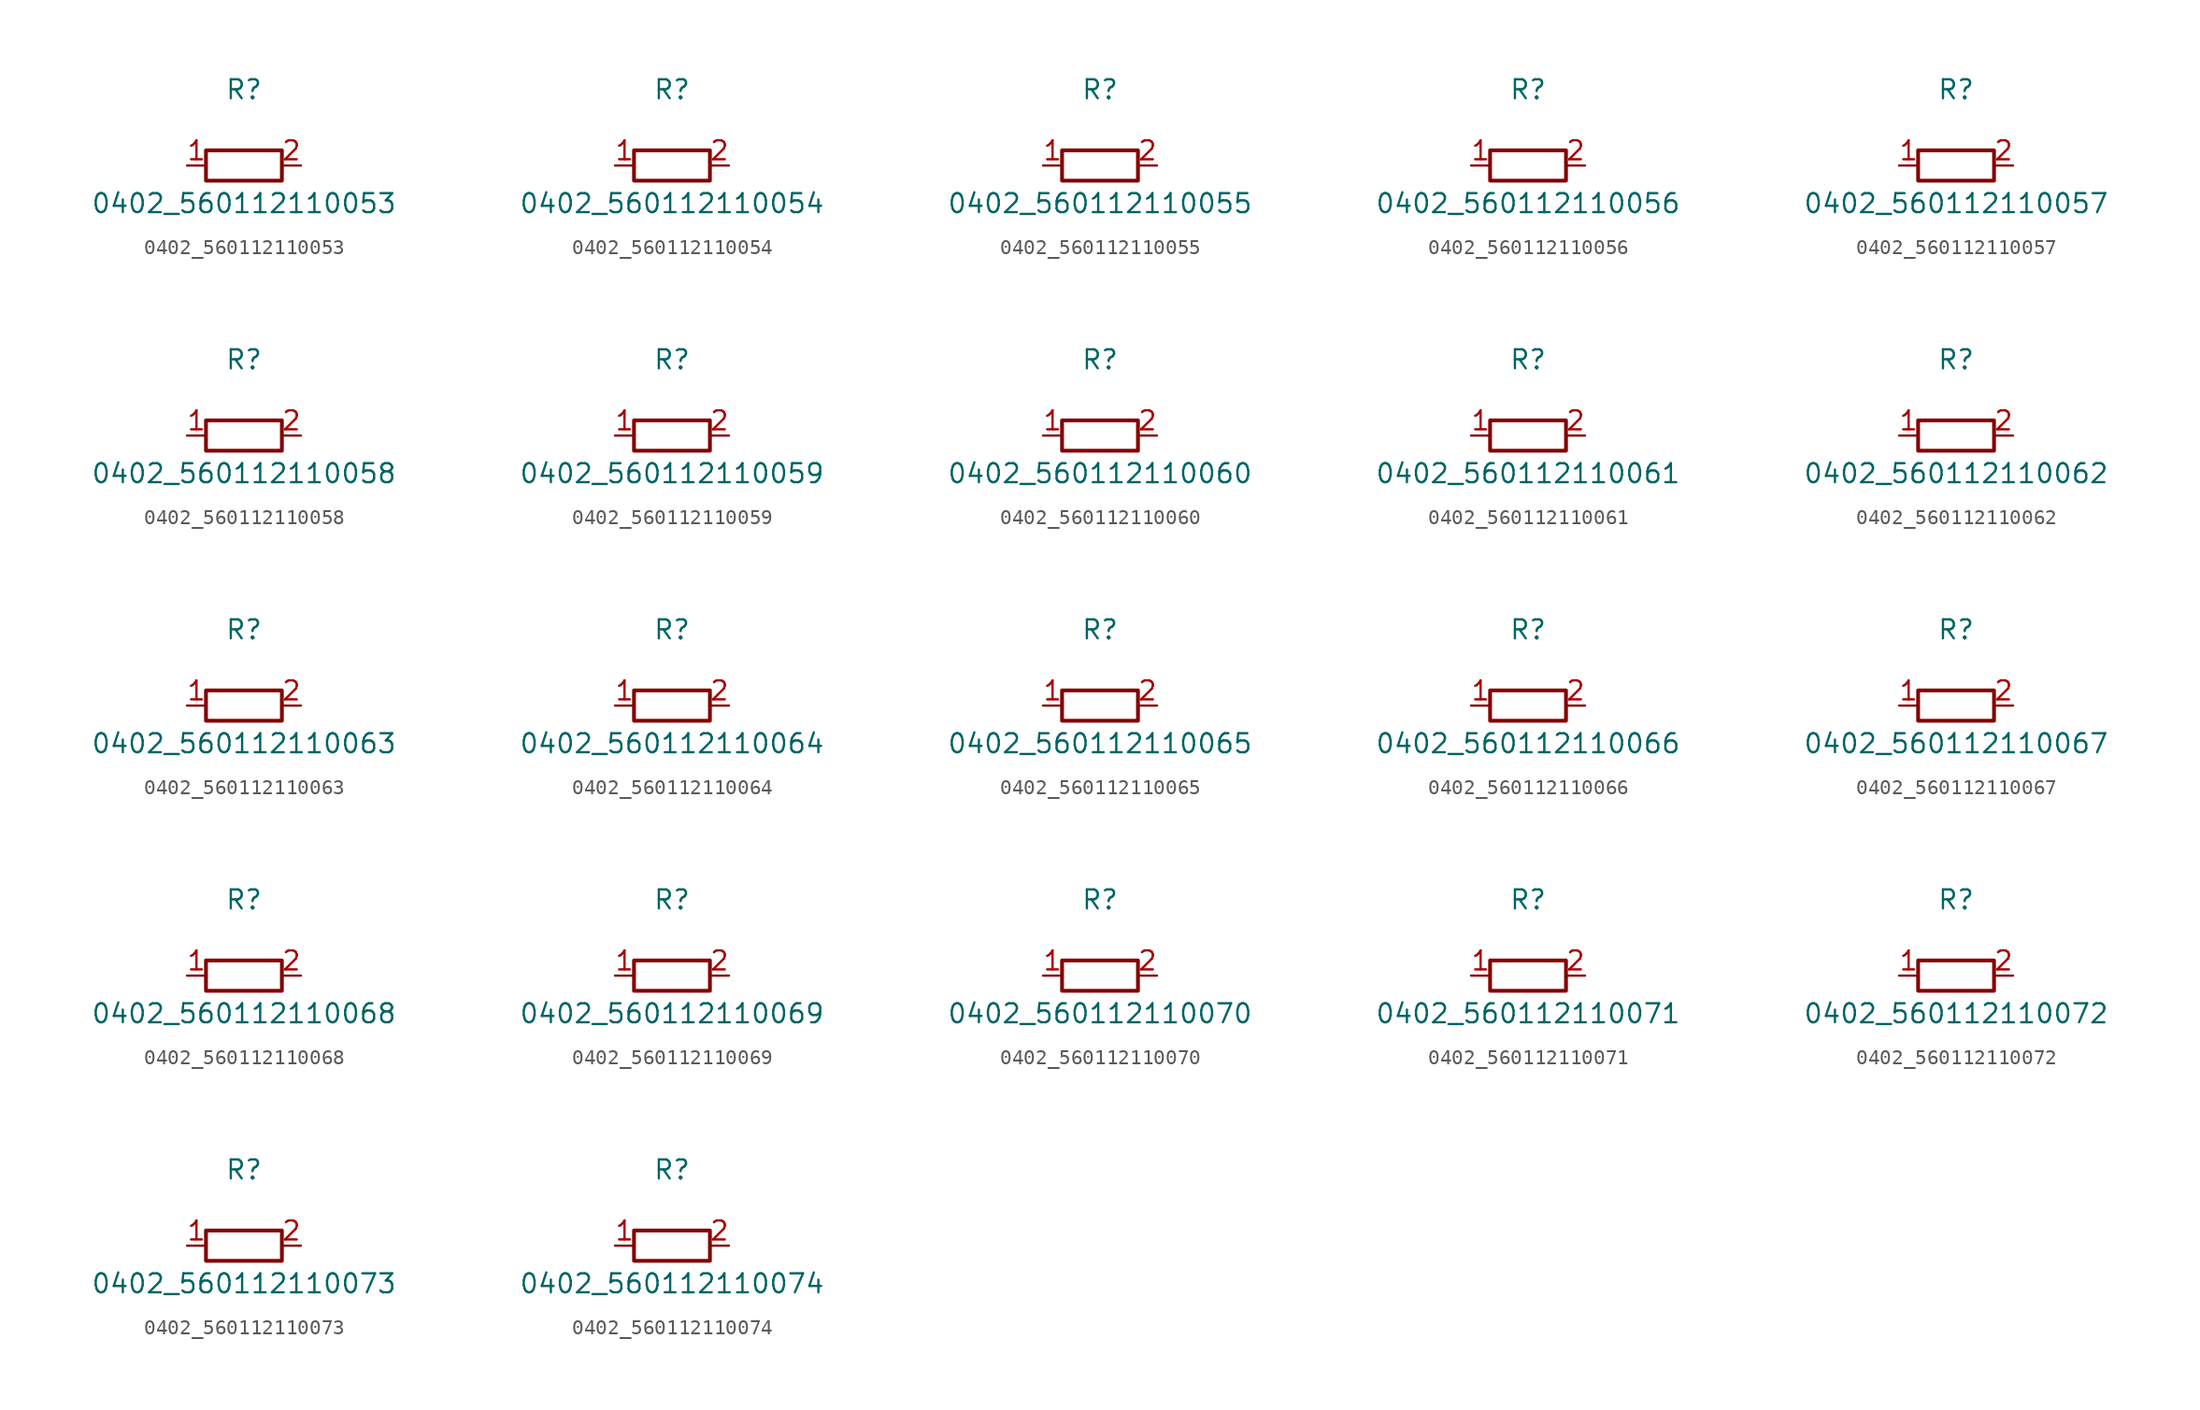
<source format=kicad_sym>
(kicad_symbol_lib
  (version 20220914)
  (generator kicad_symbol_editor)
  (symbol "0402_560112110053"
    (pin_names hide)
    (property "Reference" "R"
      (at 0 5.08 0)
      (effects (font (size 1.27 1.27))))
    (property "Value" "0402_560112110053"
      (at 0 -2.54 0)
      (effects (font (size 1.27 1.27))))
    (symbol "0402_560112110053_0_1"
      (rectangle (start -2.54 -1.016) (end 2.54 1.016) (stroke (width 0.254) (type default)) (fill (type none))))
    (symbol "0402_560112110053_1_1"
      (pin passive line (at -3.81 0 0) (length 1.27) (name "~" (effects (font (size 1.27 1.27)))) (number "1" (effects (font (size 1.27 1.27)))))
      (pin passive line (at 3.81 0 180) (length 1.27) (name "~" (effects (font (size 1.27 1.27)))) (number "2" (effects (font (size 1.27 1.27)))))))
  (symbol "0402_560112110054"
    (pin_names hide)
    (property "Reference" "R"
      (at 0 5.08 0)
      (effects (font (size 1.27 1.27))))
    (property "Value" "0402_560112110054"
      (at 0 -2.54 0)
      (effects (font (size 1.27 1.27))))
    (symbol "0402_560112110054_0_1"
      (rectangle (start -2.54 -1.016) (end 2.54 1.016) (stroke (width 0.254) (type default)) (fill (type none))))
    (symbol "0402_560112110054_1_1"
      (pin passive line (at -3.81 0 0) (length 1.27) (name "~" (effects (font (size 1.27 1.27)))) (number "1" (effects (font (size 1.27 1.27)))))
      (pin passive line (at 3.81 0 180) (length 1.27) (name "~" (effects (font (size 1.27 1.27)))) (number "2" (effects (font (size 1.27 1.27)))))))
  (symbol "0402_560112110055"
    (pin_names hide)
    (property "Reference" "R"
      (at 0 5.08 0)
      (effects (font (size 1.27 1.27))))
    (property "Value" "0402_560112110055"
      (at 0 -2.54 0)
      (effects (font (size 1.27 1.27))))
    (symbol "0402_560112110055_0_1"
      (rectangle (start -2.54 -1.016) (end 2.54 1.016) (stroke (width 0.254) (type default)) (fill (type none))))
    (symbol "0402_560112110055_1_1"
      (pin passive line (at -3.81 0 0) (length 1.27) (name "~" (effects (font (size 1.27 1.27)))) (number "1" (effects (font (size 1.27 1.27)))))
      (pin passive line (at 3.81 0 180) (length 1.27) (name "~" (effects (font (size 1.27 1.27)))) (number "2" (effects (font (size 1.27 1.27)))))))
  (symbol "0402_560112110056"
    (pin_names hide)
    (property "Reference" "R"
      (at 0 5.08 0)
      (effects (font (size 1.27 1.27))))
    (property "Value" "0402_560112110056"
      (at 0 -2.54 0)
      (effects (font (size 1.27 1.27))))
    (symbol "0402_560112110056_0_1"
      (rectangle (start -2.54 -1.016) (end 2.54 1.016) (stroke (width 0.254) (type default)) (fill (type none))))
    (symbol "0402_560112110056_1_1"
      (pin passive line (at -3.81 0 0) (length 1.27) (name "~" (effects (font (size 1.27 1.27)))) (number "1" (effects (font (size 1.27 1.27)))))
      (pin passive line (at 3.81 0 180) (length 1.27) (name "~" (effects (font (size 1.27 1.27)))) (number "2" (effects (font (size 1.27 1.27)))))))
  (symbol "0402_560112110057"
    (pin_names hide)
    (property "Reference" "R"
      (at 0 5.08 0)
      (effects (font (size 1.27 1.27))))
    (property "Value" "0402_560112110057"
      (at 0 -2.54 0)
      (effects (font (size 1.27 1.27))))
    (symbol "0402_560112110057_0_1"
      (rectangle (start -2.54 -1.016) (end 2.54 1.016) (stroke (width 0.254) (type default)) (fill (type none))))
    (symbol "0402_560112110057_1_1"
      (pin passive line (at -3.81 0 0) (length 1.27) (name "~" (effects (font (size 1.27 1.27)))) (number "1" (effects (font (size 1.27 1.27)))))
      (pin passive line (at 3.81 0 180) (length 1.27) (name "~" (effects (font (size 1.27 1.27)))) (number "2" (effects (font (size 1.27 1.27)))))))
  (symbol "0402_560112110058"
    (pin_names hide)
    (property "Reference" "R"
      (at 0 5.08 0)
      (effects (font (size 1.27 1.27))))
    (property "Value" "0402_560112110058"
      (at 0 -2.54 0)
      (effects (font (size 1.27 1.27))))
    (symbol "0402_560112110058_0_1"
      (rectangle (start -2.54 -1.016) (end 2.54 1.016) (stroke (width 0.254) (type default)) (fill (type none))))
    (symbol "0402_560112110058_1_1"
      (pin passive line (at -3.81 0 0) (length 1.27) (name "~" (effects (font (size 1.27 1.27)))) (number "1" (effects (font (size 1.27 1.27)))))
      (pin passive line (at 3.81 0 180) (length 1.27) (name "~" (effects (font (size 1.27 1.27)))) (number "2" (effects (font (size 1.27 1.27)))))))
  (symbol "0402_560112110059"
    (pin_names hide)
    (property "Reference" "R"
      (at 0 5.08 0)
      (effects (font (size 1.27 1.27))))
    (property "Value" "0402_560112110059"
      (at 0 -2.54 0)
      (effects (font (size 1.27 1.27))))
    (symbol "0402_560112110059_0_1"
      (rectangle (start -2.54 -1.016) (end 2.54 1.016) (stroke (width 0.254) (type default)) (fill (type none))))
    (symbol "0402_560112110059_1_1"
      (pin passive line (at -3.81 0 0) (length 1.27) (name "~" (effects (font (size 1.27 1.27)))) (number "1" (effects (font (size 1.27 1.27)))))
      (pin passive line (at 3.81 0 180) (length 1.27) (name "~" (effects (font (size 1.27 1.27)))) (number "2" (effects (font (size 1.27 1.27)))))))
  (symbol "0402_560112110060"
    (pin_names hide)
    (property "Reference" "R"
      (at 0 5.08 0)
      (effects (font (size 1.27 1.27))))
    (property "Value" "0402_560112110060"
      (at 0 -2.54 0)
      (effects (font (size 1.27 1.27))))
    (symbol "0402_560112110060_0_1"
      (rectangle (start -2.54 -1.016) (end 2.54 1.016) (stroke (width 0.254) (type default)) (fill (type none))))
    (symbol "0402_560112110060_1_1"
      (pin passive line (at -3.81 0 0) (length 1.27) (name "~" (effects (font (size 1.27 1.27)))) (number "1" (effects (font (size 1.27 1.27)))))
      (pin passive line (at 3.81 0 180) (length 1.27) (name "~" (effects (font (size 1.27 1.27)))) (number "2" (effects (font (size 1.27 1.27)))))))
  (symbol "0402_560112110061"
    (pin_names hide)
    (property "Reference" "R"
      (at 0 5.08 0)
      (effects (font (size 1.27 1.27))))
    (property "Value" "0402_560112110061"
      (at 0 -2.54 0)
      (effects (font (size 1.27 1.27))))
    (symbol "0402_560112110061_0_1"
      (rectangle (start -2.54 -1.016) (end 2.54 1.016) (stroke (width 0.254) (type default)) (fill (type none))))
    (symbol "0402_560112110061_1_1"
      (pin passive line (at -3.81 0 0) (length 1.27) (name "~" (effects (font (size 1.27 1.27)))) (number "1" (effects (font (size 1.27 1.27)))))
      (pin passive line (at 3.81 0 180) (length 1.27) (name "~" (effects (font (size 1.27 1.27)))) (number "2" (effects (font (size 1.27 1.27)))))))
  (symbol "0402_560112110062"
    (pin_names hide)
    (property "Reference" "R"
      (at 0 5.08 0)
      (effects (font (size 1.27 1.27))))
    (property "Value" "0402_560112110062"
      (at 0 -2.54 0)
      (effects (font (size 1.27 1.27))))
    (symbol "0402_560112110062_0_1"
      (rectangle (start -2.54 -1.016) (end 2.54 1.016) (stroke (width 0.254) (type default)) (fill (type none))))
    (symbol "0402_560112110062_1_1"
      (pin passive line (at -3.81 0 0) (length 1.27) (name "~" (effects (font (size 1.27 1.27)))) (number "1" (effects (font (size 1.27 1.27)))))
      (pin passive line (at 3.81 0 180) (length 1.27) (name "~" (effects (font (size 1.27 1.27)))) (number "2" (effects (font (size 1.27 1.27)))))))
  (symbol "0402_560112110063"
    (pin_names hide)
    (property "Reference" "R"
      (at 0 5.08 0)
      (effects (font (size 1.27 1.27))))
    (property "Value" "0402_560112110063"
      (at 0 -2.54 0)
      (effects (font (size 1.27 1.27))))
    (symbol "0402_560112110063_0_1"
      (rectangle (start -2.54 -1.016) (end 2.54 1.016) (stroke (width 0.254) (type default)) (fill (type none))))
    (symbol "0402_560112110063_1_1"
      (pin passive line (at -3.81 0 0) (length 1.27) (name "~" (effects (font (size 1.27 1.27)))) (number "1" (effects (font (size 1.27 1.27)))))
      (pin passive line (at 3.81 0 180) (length 1.27) (name "~" (effects (font (size 1.27 1.27)))) (number "2" (effects (font (size 1.27 1.27)))))))
  (symbol "0402_560112110064"
    (pin_names hide)
    (property "Reference" "R"
      (at 0 5.08 0)
      (effects (font (size 1.27 1.27))))
    (property "Value" "0402_560112110064"
      (at 0 -2.54 0)
      (effects (font (size 1.27 1.27))))
    (symbol "0402_560112110064_0_1"
      (rectangle (start -2.54 -1.016) (end 2.54 1.016) (stroke (width 0.254) (type default)) (fill (type none))))
    (symbol "0402_560112110064_1_1"
      (pin passive line (at -3.81 0 0) (length 1.27) (name "~" (effects (font (size 1.27 1.27)))) (number "1" (effects (font (size 1.27 1.27)))))
      (pin passive line (at 3.81 0 180) (length 1.27) (name "~" (effects (font (size 1.27 1.27)))) (number "2" (effects (font (size 1.27 1.27)))))))
  (symbol "0402_560112110065"
    (pin_names hide)
    (property "Reference" "R"
      (at 0 5.08 0)
      (effects (font (size 1.27 1.27))))
    (property "Value" "0402_560112110065"
      (at 0 -2.54 0)
      (effects (font (size 1.27 1.27))))
    (symbol "0402_560112110065_0_1"
      (rectangle (start -2.54 -1.016) (end 2.54 1.016) (stroke (width 0.254) (type default)) (fill (type none))))
    (symbol "0402_560112110065_1_1"
      (pin passive line (at -3.81 0 0) (length 1.27) (name "~" (effects (font (size 1.27 1.27)))) (number "1" (effects (font (size 1.27 1.27)))))
      (pin passive line (at 3.81 0 180) (length 1.27) (name "~" (effects (font (size 1.27 1.27)))) (number "2" (effects (font (size 1.27 1.27)))))))
  (symbol "0402_560112110066"
    (pin_names hide)
    (property "Reference" "R"
      (at 0 5.08 0)
      (effects (font (size 1.27 1.27))))
    (property "Value" "0402_560112110066"
      (at 0 -2.54 0)
      (effects (font (size 1.27 1.27))))
    (symbol "0402_560112110066_0_1"
      (rectangle (start -2.54 -1.016) (end 2.54 1.016) (stroke (width 0.254) (type default)) (fill (type none))))
    (symbol "0402_560112110066_1_1"
      (pin passive line (at -3.81 0 0) (length 1.27) (name "~" (effects (font (size 1.27 1.27)))) (number "1" (effects (font (size 1.27 1.27)))))
      (pin passive line (at 3.81 0 180) (length 1.27) (name "~" (effects (font (size 1.27 1.27)))) (number "2" (effects (font (size 1.27 1.27)))))))
  (symbol "0402_560112110067"
    (pin_names hide)
    (property "Reference" "R"
      (at 0 5.08 0)
      (effects (font (size 1.27 1.27))))
    (property "Value" "0402_560112110067"
      (at 0 -2.54 0)
      (effects (font (size 1.27 1.27))))
    (symbol "0402_560112110067_0_1"
      (rectangle (start -2.54 -1.016) (end 2.54 1.016) (stroke (width 0.254) (type default)) (fill (type none))))
    (symbol "0402_560112110067_1_1"
      (pin passive line (at -3.81 0 0) (length 1.27) (name "~" (effects (font (size 1.27 1.27)))) (number "1" (effects (font (size 1.27 1.27)))))
      (pin passive line (at 3.81 0 180) (length 1.27) (name "~" (effects (font (size 1.27 1.27)))) (number "2" (effects (font (size 1.27 1.27)))))))
  (symbol "0402_560112110068"
    (pin_names hide)
    (property "Reference" "R"
      (at 0 5.08 0)
      (effects (font (size 1.27 1.27))))
    (property "Value" "0402_560112110068"
      (at 0 -2.54 0)
      (effects (font (size 1.27 1.27))))
    (symbol "0402_560112110068_0_1"
      (rectangle (start -2.54 -1.016) (end 2.54 1.016) (stroke (width 0.254) (type default)) (fill (type none))))
    (symbol "0402_560112110068_1_1"
      (pin passive line (at -3.81 0 0) (length 1.27) (name "~" (effects (font (size 1.27 1.27)))) (number "1" (effects (font (size 1.27 1.27)))))
      (pin passive line (at 3.81 0 180) (length 1.27) (name "~" (effects (font (size 1.27 1.27)))) (number "2" (effects (font (size 1.27 1.27)))))))
  (symbol "0402_560112110069"
    (pin_names hide)
    (property "Reference" "R"
      (at 0 5.08 0)
      (effects (font (size 1.27 1.27))))
    (property "Value" "0402_560112110069"
      (at 0 -2.54 0)
      (effects (font (size 1.27 1.27))))
    (symbol "0402_560112110069_0_1"
      (rectangle (start -2.54 -1.016) (end 2.54 1.016) (stroke (width 0.254) (type default)) (fill (type none))))
    (symbol "0402_560112110069_1_1"
      (pin passive line (at -3.81 0 0) (length 1.27) (name "~" (effects (font (size 1.27 1.27)))) (number "1" (effects (font (size 1.27 1.27)))))
      (pin passive line (at 3.81 0 180) (length 1.27) (name "~" (effects (font (size 1.27 1.27)))) (number "2" (effects (font (size 1.27 1.27)))))))
  (symbol "0402_560112110070"
    (pin_names hide)
    (property "Reference" "R"
      (at 0 5.08 0)
      (effects (font (size 1.27 1.27))))
    (property "Value" "0402_560112110070"
      (at 0 -2.54 0)
      (effects (font (size 1.27 1.27))))
    (symbol "0402_560112110070_0_1"
      (rectangle (start -2.54 -1.016) (end 2.54 1.016) (stroke (width 0.254) (type default)) (fill (type none))))
    (symbol "0402_560112110070_1_1"
      (pin passive line (at -3.81 0 0) (length 1.27) (name "~" (effects (font (size 1.27 1.27)))) (number "1" (effects (font (size 1.27 1.27)))))
      (pin passive line (at 3.81 0 180) (length 1.27) (name "~" (effects (font (size 1.27 1.27)))) (number "2" (effects (font (size 1.27 1.27)))))))
  (symbol "0402_560112110071"
    (pin_names hide)
    (property "Reference" "R"
      (at 0 5.08 0)
      (effects (font (size 1.27 1.27))))
    (property "Value" "0402_560112110071"
      (at 0 -2.54 0)
      (effects (font (size 1.27 1.27))))
    (symbol "0402_560112110071_0_1"
      (rectangle (start -2.54 -1.016) (end 2.54 1.016) (stroke (width 0.254) (type default)) (fill (type none))))
    (symbol "0402_560112110071_1_1"
      (pin passive line (at -3.81 0 0) (length 1.27) (name "~" (effects (font (size 1.27 1.27)))) (number "1" (effects (font (size 1.27 1.27)))))
      (pin passive line (at 3.81 0 180) (length 1.27) (name "~" (effects (font (size 1.27 1.27)))) (number "2" (effects (font (size 1.27 1.27)))))))
  (symbol "0402_560112110072"
    (pin_names hide)
    (property "Reference" "R"
      (at 0 5.08 0)
      (effects (font (size 1.27 1.27))))
    (property "Value" "0402_560112110072"
      (at 0 -2.54 0)
      (effects (font (size 1.27 1.27))))
    (symbol "0402_560112110072_0_1"
      (rectangle (start -2.54 -1.016) (end 2.54 1.016) (stroke (width 0.254) (type default)) (fill (type none))))
    (symbol "0402_560112110072_1_1"
      (pin passive line (at -3.81 0 0) (length 1.27) (name "~" (effects (font (size 1.27 1.27)))) (number "1" (effects (font (size 1.27 1.27)))))
      (pin passive line (at 3.81 0 180) (length 1.27) (name "~" (effects (font (size 1.27 1.27)))) (number "2" (effects (font (size 1.27 1.27)))))))
  (symbol "0402_560112110073"
    (pin_names hide)
    (property "Reference" "R"
      (at 0 5.08 0)
      (effects (font (size 1.27 1.27))))
    (property "Value" "0402_560112110073"
      (at 0 -2.54 0)
      (effects (font (size 1.27 1.27))))
    (symbol "0402_560112110073_0_1"
      (rectangle (start -2.54 -1.016) (end 2.54 1.016) (stroke (width 0.254) (type default)) (fill (type none))))
    (symbol "0402_560112110073_1_1"
      (pin passive line (at -3.81 0 0) (length 1.27) (name "~" (effects (font (size 1.27 1.27)))) (number "1" (effects (font (size 1.27 1.27)))))
      (pin passive line (at 3.81 0 180) (length 1.27) (name "~" (effects (font (size 1.27 1.27)))) (number "2" (effects (font (size 1.27 1.27)))))))
  (symbol "0402_560112110074"
    (pin_names hide)
    (property "Reference" "R"
      (at 0 5.08 0)
      (effects (font (size 1.27 1.27))))
    (property "Value" "0402_560112110074"
      (at 0 -2.54 0)
      (effects (font (size 1.27 1.27))))
    (symbol "0402_560112110074_0_1"
      (rectangle (start -2.54 -1.016) (end 2.54 1.016) (stroke (width 0.254) (type default)) (fill (type none))))
    (symbol "0402_560112110074_1_1"
      (pin passive line (at -3.81 0 0) (length 1.27) (name "~" (effects (font (size 1.27 1.27)))) (number "1" (effects (font (size 1.27 1.27)))))
      (pin passive line (at 3.81 0 180) (length 1.27) (name "~" (effects (font (size 1.27 1.27)))) (number "2" (effects (font (size 1.27 1.27))))))))
</source>
